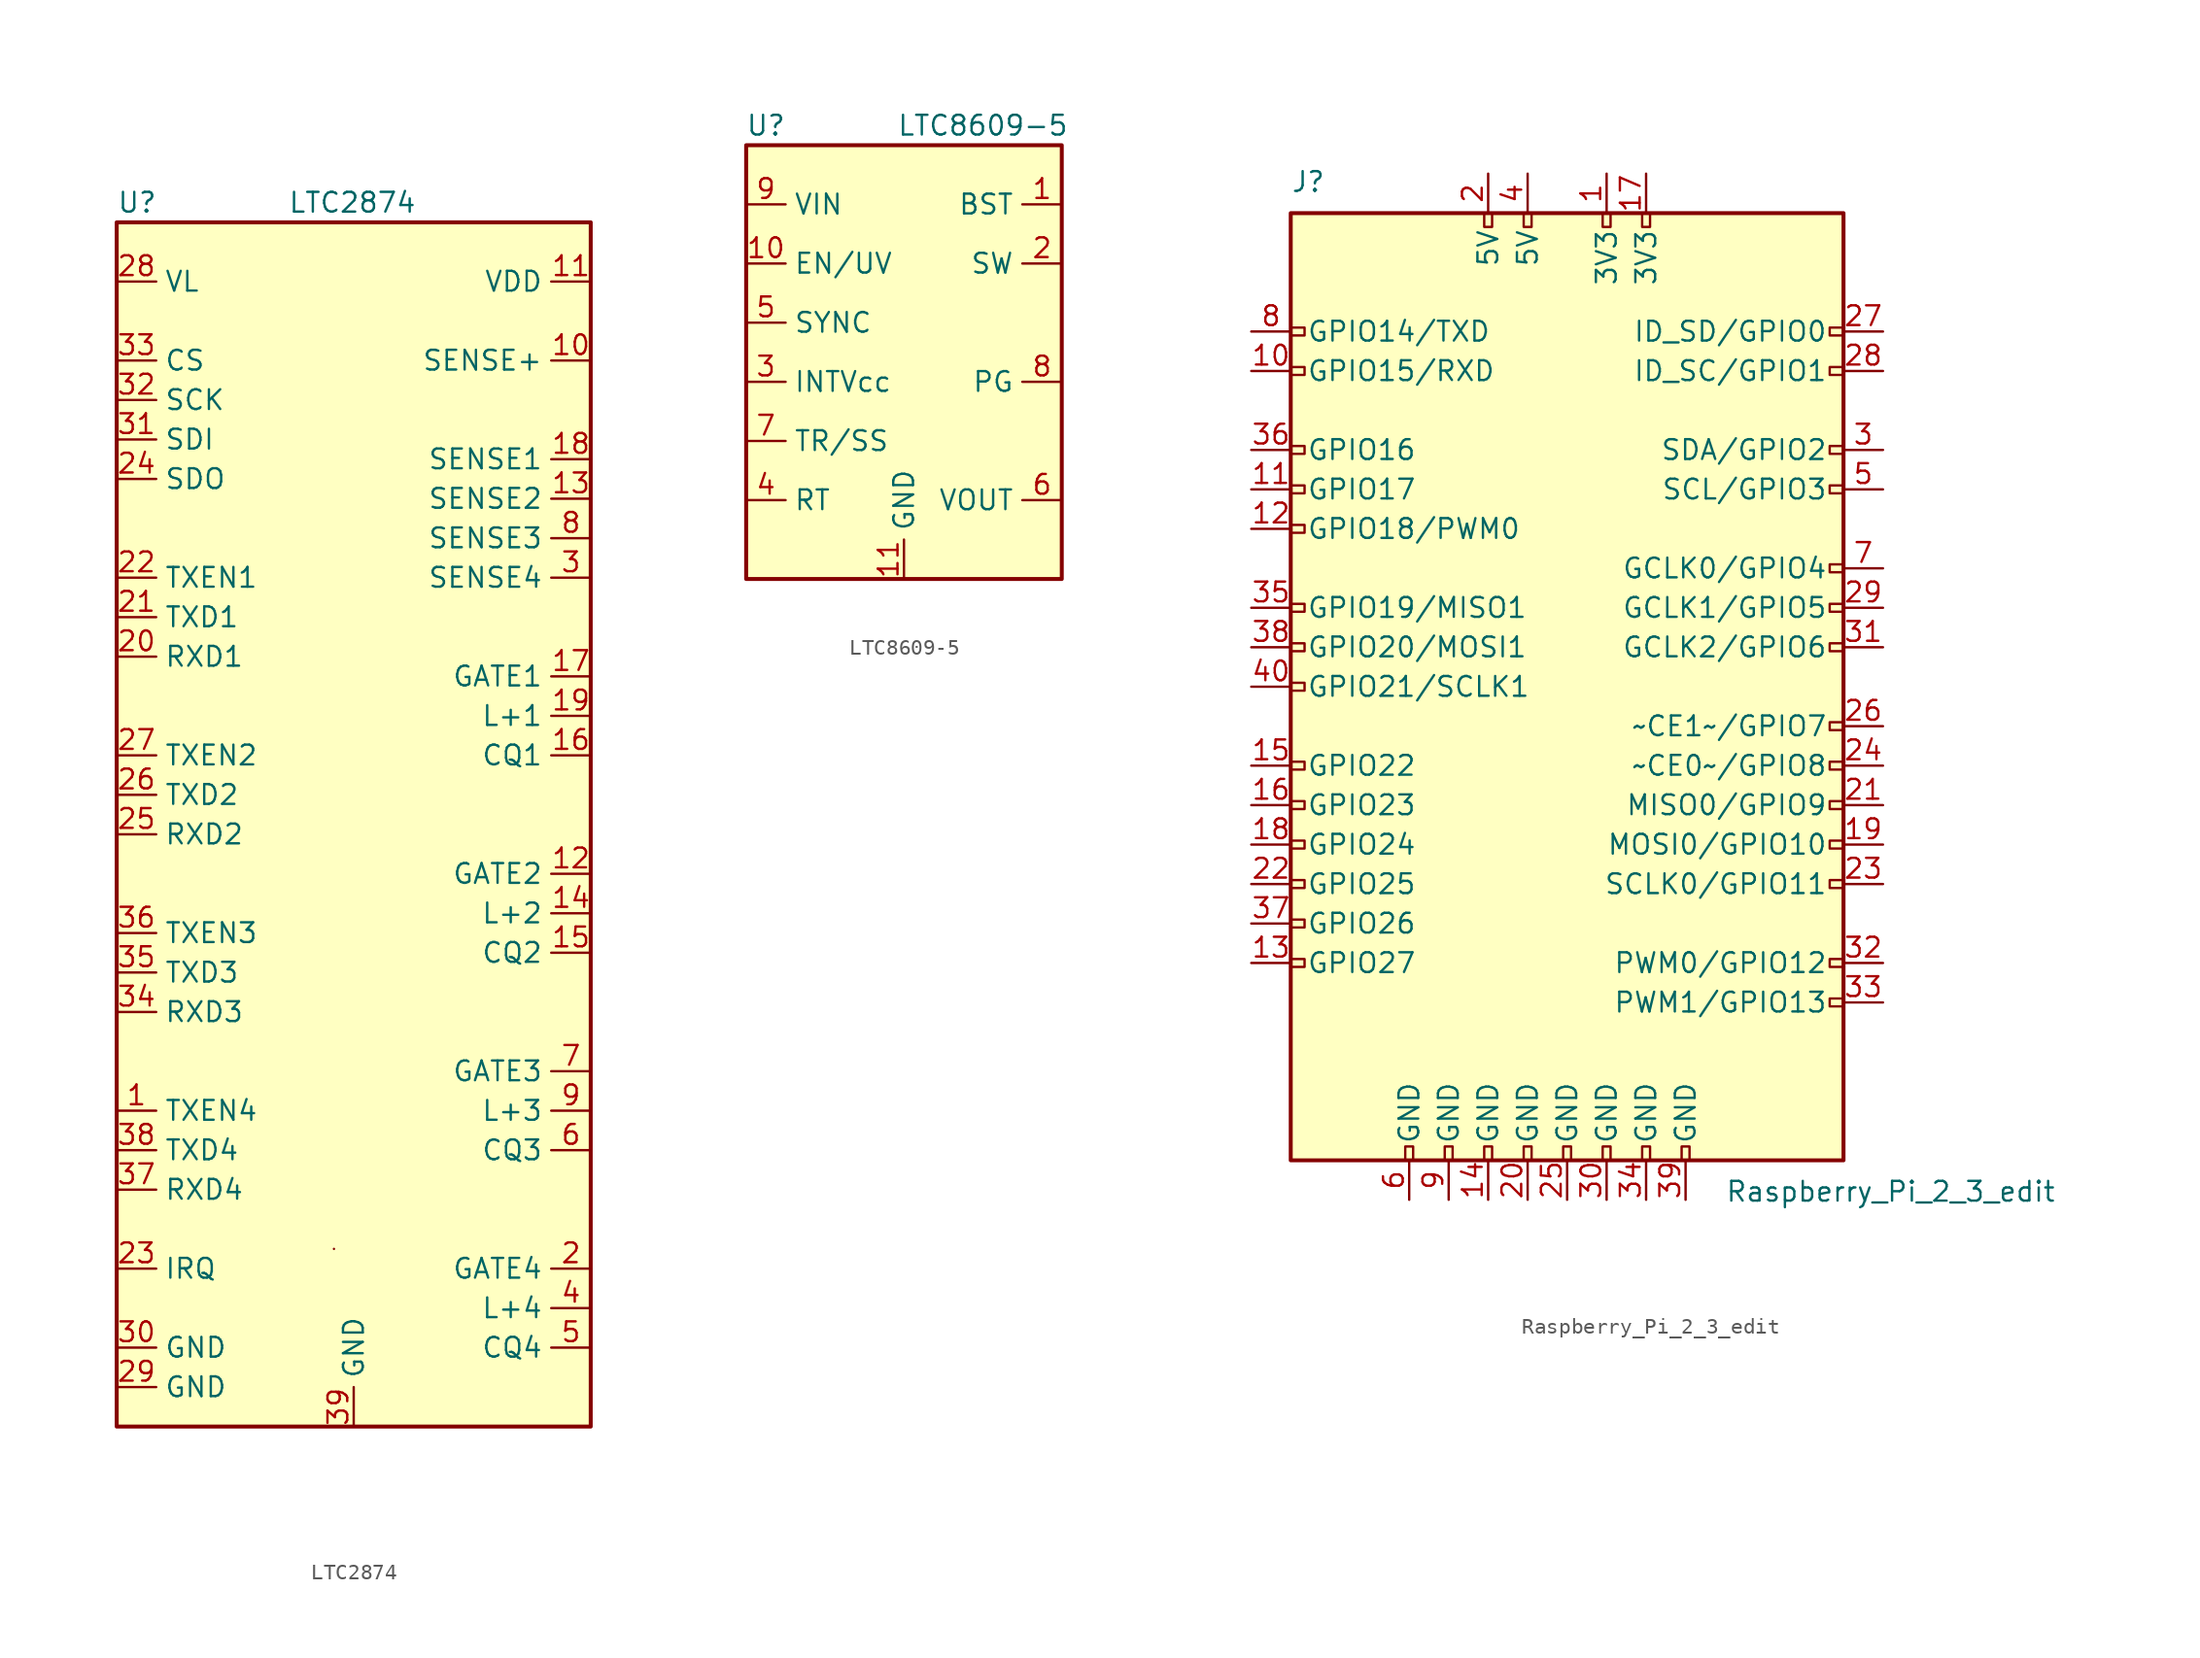
<source format=kicad_sym>
(kicad_symbol_lib
  (version 20210619)
  (generator kicad_symbol_editor)
  (symbol "LTC2874"
    (property "Reference" "U"
      (at -15.24 8.89 0)
      (effects (font (size 1.27 1.27)) (justify left)))
    (property "Value" "LTC2874"
      (at 4.064 8.89 0)
      (effects (font (size 1.27 1.27)) (justify right)))
    (symbol "LTC2874_0_1"
      (rectangle (start -1.27 -58.42) (end -1.27 -58.42) (stroke (width 0)) (fill (type none)))
      (rectangle (start -15.24 7.62) (end 15.24 -69.85) (stroke (width 0.254)) (fill (type background))))
    (symbol "LTC2874_1_1"
      (pin input line (at -15.24 -49.53 0) (length 2.54) (name "TXEN4" (effects (font (size 1.27 1.27)))) (number "1" (effects (font (size 1.27 1.27)))))
      (pin input line (at 15.24 -1.27 180) (length 2.54) (name "SENSE+" (effects (font (size 1.27 1.27)))) (number "10" (effects (font (size 1.27 1.27)))))
      (pin power_in line (at 15.24 3.81 180) (length 2.54) (name "VDD" (effects (font (size 1.27 1.27)))) (number "11" (effects (font (size 1.27 1.27)))))
      (pin input line (at 15.24 -34.29 180) (length 2.54) (name "GATE2" (effects (font (size 1.27 1.27)))) (number "12" (effects (font (size 1.27 1.27)))))
      (pin input line (at 15.24 -10.16 180) (length 2.54) (name "SENSE2" (effects (font (size 1.27 1.27)))) (number "13" (effects (font (size 1.27 1.27)))))
      (pin passive line (at 15.24 -36.83 180) (length 2.54) (name "L+2" (effects (font (size 1.27 1.27)))) (number "14" (effects (font (size 1.27 1.27)))))
      (pin bidirectional line (at 15.24 -39.37 180) (length 2.54) (name "CQ2" (effects (font (size 1.27 1.27)))) (number "15" (effects (font (size 1.27 1.27)))))
      (pin bidirectional line (at 15.24 -26.67 180) (length 2.54) (name "CQ1" (effects (font (size 1.27 1.27)))) (number "16" (effects (font (size 1.27 1.27)))))
      (pin output line (at 15.24 -21.59 180) (length 2.54) (name "GATE1" (effects (font (size 1.27 1.27)))) (number "17" (effects (font (size 1.27 1.27)))))
      (pin input line (at 15.24 -7.62 180) (length 2.54) (name "SENSE1" (effects (font (size 1.27 1.27)))) (number "18" (effects (font (size 1.27 1.27)))))
      (pin passive line (at 15.24 -24.13 180) (length 2.54) (name "L+1" (effects (font (size 1.27 1.27)))) (number "19" (effects (font (size 1.27 1.27)))))
      (pin bidirectional line (at 15.24 -59.69 180) (length 2.54) (name "GATE4" (effects (font (size 1.27 1.27)))) (number "2" (effects (font (size 1.27 1.27)))))
      (pin output line (at -15.24 -20.32 0) (length 2.54) (name "RXD1" (effects (font (size 1.27 1.27)))) (number "20" (effects (font (size 1.27 1.27)))))
      (pin input line (at -15.24 -17.78 0) (length 2.54) (name "TXD1" (effects (font (size 1.27 1.27)))) (number "21" (effects (font (size 1.27 1.27)))))
      (pin input line (at -15.24 -15.24 0) (length 2.54) (name "TXEN1" (effects (font (size 1.27 1.27)))) (number "22" (effects (font (size 1.27 1.27)))))
      (pin open_collector line (at -15.24 -59.69 0) (length 2.54) (name "IRQ" (effects (font (size 1.27 1.27)))) (number "23" (effects (font (size 1.27 1.27)))))
      (pin output line (at -15.24 -8.89 0) (length 2.54) (name "SDO" (effects (font (size 1.27 1.27)))) (number "24" (effects (font (size 1.27 1.27)))))
      (pin output line (at -15.24 -31.75 0) (length 2.54) (name "RXD2" (effects (font (size 1.27 1.27)))) (number "25" (effects (font (size 1.27 1.27)))))
      (pin input line (at -15.24 -29.21 0) (length 2.54) (name "TXD2" (effects (font (size 1.27 1.27)))) (number "26" (effects (font (size 1.27 1.27)))))
      (pin input line (at -15.24 -26.67 0) (length 2.54) (name "TXEN2" (effects (font (size 1.27 1.27)))) (number "27" (effects (font (size 1.27 1.27)))))
      (pin power_in line (at -15.24 3.81 0) (length 2.54) (name "VL" (effects (font (size 1.27 1.27)))) (number "28" (effects (font (size 1.27 1.27)))))
      (pin power_in line (at -15.24 -67.31 0) (length 2.54) (name "GND" (effects (font (size 1.27 1.27)))) (number "29" (effects (font (size 1.27 1.27)))))
      (pin input line (at 15.24 -15.24 180) (length 2.54) (name "SENSE4" (effects (font (size 1.27 1.27)))) (number "3" (effects (font (size 1.27 1.27)))))
      (pin power_in line (at -15.24 -64.77 0) (length 2.54) (name "GND" (effects (font (size 1.27 1.27)))) (number "30" (effects (font (size 1.27 1.27)))))
      (pin input line (at -15.24 -6.35 0) (length 2.54) (name "SDI" (effects (font (size 1.27 1.27)))) (number "31" (effects (font (size 1.27 1.27)))))
      (pin input line (at -15.24 -3.81 0) (length 2.54) (name "SCK" (effects (font (size 1.27 1.27)))) (number "32" (effects (font (size 1.27 1.27)))))
      (pin input line (at -15.24 -1.27 0) (length 2.54) (name "CS" (effects (font (size 1.27 1.27)))) (number "33" (effects (font (size 1.27 1.27)))))
      (pin output line (at -15.24 -43.18 0) (length 2.54) (name "RXD3" (effects (font (size 1.27 1.27)))) (number "34" (effects (font (size 1.27 1.27)))))
      (pin input line (at -15.24 -40.64 0) (length 2.54) (name "TXD3" (effects (font (size 1.27 1.27)))) (number "35" (effects (font (size 1.27 1.27)))))
      (pin input line (at -15.24 -38.1 0) (length 2.54) (name "TXEN3" (effects (font (size 1.27 1.27)))) (number "36" (effects (font (size 1.27 1.27)))))
      (pin output line (at -15.24 -54.61 0) (length 2.54) (name "RXD4" (effects (font (size 1.27 1.27)))) (number "37" (effects (font (size 1.27 1.27)))))
      (pin input line (at -15.24 -52.07 0) (length 2.54) (name "TXD4" (effects (font (size 1.27 1.27)))) (number "38" (effects (font (size 1.27 1.27)))))
      (pin power_in line (at 0 -69.85 90) (length 2.54) (name "GND" (effects (font (size 1.27 1.27)))) (number "39" (effects (font (size 1.27 1.27)))))
      (pin passive line (at 15.24 -62.23 180) (length 2.54) (name "L+4" (effects (font (size 1.27 1.27)))) (number "4" (effects (font (size 1.27 1.27)))))
      (pin bidirectional line (at 15.24 -64.77 180) (length 2.54) (name "CQ4" (effects (font (size 1.27 1.27)))) (number "5" (effects (font (size 1.27 1.27)))))
      (pin bidirectional line (at 15.24 -52.07 180) (length 2.54) (name "CQ3" (effects (font (size 1.27 1.27)))) (number "6" (effects (font (size 1.27 1.27)))))
      (pin output line (at 15.24 -46.99 180) (length 2.54) (name "GATE3" (effects (font (size 1.27 1.27)))) (number "7" (effects (font (size 1.27 1.27)))))
      (pin input line (at 15.24 -12.7 180) (length 2.54) (name "SENSE3" (effects (font (size 1.27 1.27)))) (number "8" (effects (font (size 1.27 1.27)))))
      (pin passive line (at 15.24 -49.53 180) (length 2.54) (name "L+3" (effects (font (size 1.27 1.27)))) (number "9" (effects (font (size 1.27 1.27)))))))
  (symbol "LTC8609-5"
    (property "Reference" "U"
      (at -8.89 19.05 0)
      (effects (font (size 1.27 1.27))))
    (property "Value" "LTC8609-5"
      (at 5.08 19.05 0)
      (effects (font (size 1.27 1.27))))
    (symbol "LTC8609-5_1_1"
      (rectangle (start -10.16 17.78) (end 10.16 -10.16) (stroke (width 0.254)) (fill (type background)))
      (pin passive line (at 10.16 13.97 180) (length 2.54) (name "BST" (effects (font (size 1.27 1.27)))) (number "1" (effects (font (size 1.27 1.27)))))
      (pin input line (at -10.16 10.16 0) (length 2.54) (name "EN/UV" (effects (font (size 1.27 1.27)))) (number "10" (effects (font (size 1.27 1.27)))))
      (pin power_in line (at 0 -10.16 90) (length 2.54) (name "GND" (effects (font (size 1.27 1.27)))) (number "11" (effects (font (size 1.27 1.27)))))
      (pin power_out line (at 10.16 10.16 180) (length 2.54) (name "SW" (effects (font (size 1.27 1.27)))) (number "2" (effects (font (size 1.27 1.27)))))
      (pin passive line (at -10.16 2.54 0) (length 2.54) (name "INTVcc" (effects (font (size 1.27 1.27)))) (number "3" (effects (font (size 1.27 1.27)))))
      (pin passive line (at -10.16 -5.08 0) (length 2.54) (name "RT" (effects (font (size 1.27 1.27)))) (number "4" (effects (font (size 1.27 1.27)))))
      (pin input line (at -10.16 6.35 0) (length 2.54) (name "SYNC" (effects (font (size 1.27 1.27)))) (number "5" (effects (font (size 1.27 1.27)))))
      (pin passive line (at 10.16 -5.08 180) (length 2.54) (name "VOUT" (effects (font (size 1.27 1.27)))) (number "6" (effects (font (size 1.27 1.27)))))
      (pin passive line (at -10.16 -1.27 0) (length 2.54) (name "TR/SS" (effects (font (size 1.27 1.27)))) (number "7" (effects (font (size 1.27 1.27)))))
      (pin open_collector line (at 10.16 2.54 180) (length 2.54) (name "PG" (effects (font (size 1.27 1.27)))) (number "8" (effects (font (size 1.27 1.27)))))
      (pin power_in line (at -10.16 13.97 0) (length 2.54) (name "VIN" (effects (font (size 1.27 1.27)))) (number "9" (effects (font (size 1.27 1.27)))))))
  (symbol "Raspberry_Pi_2_3_edit"
    (pin_names
      (offset 1.016))
    (property "Reference" "J"
      (at -17.78 31.75 0)
      (effects (font (size 1.27 1.27)) (justify left bottom)))
    (property "Value" "Raspberry_Pi_2_3_edit"
      (at 10.16 -31.75 0)
      (effects (font (size 1.27 1.27)) (justify left top)))
    (symbol "Raspberry_Pi_2_3_edit_0_1"
      (rectangle (start -17.78 30.48) (end 17.78 -30.48) (stroke (width 0.254)) (fill (type background))))
    (symbol "Raspberry_Pi_2_3_edit_1_1"
      (rectangle (start -16.891 -17.526) (end -17.78 -18.034) (stroke (width 0)) (fill (type none)))
      (rectangle (start -16.891 -14.986) (end -17.78 -15.494) (stroke (width 0)) (fill (type none)))
      (rectangle (start -16.891 -12.446) (end -17.78 -12.954) (stroke (width 0)) (fill (type none)))
      (rectangle (start -16.891 -9.906) (end -17.78 -10.414) (stroke (width 0)) (fill (type none)))
      (rectangle (start -16.891 -7.366) (end -17.78 -7.874) (stroke (width 0)) (fill (type none)))
      (rectangle (start -16.891 -4.826) (end -17.78 -5.334) (stroke (width 0)) (fill (type none)))
      (rectangle (start -16.891 0.254) (end -17.78 -0.254) (stroke (width 0)) (fill (type none)))
      (rectangle (start -16.891 2.794) (end -17.78 2.286) (stroke (width 0)) (fill (type none)))
      (rectangle (start -16.891 5.334) (end -17.78 4.826) (stroke (width 0)) (fill (type none)))
      (rectangle (start -16.891 10.414) (end -17.78 9.906) (stroke (width 0)) (fill (type none)))
      (rectangle (start -16.891 12.954) (end -17.78 12.446) (stroke (width 0)) (fill (type none)))
      (rectangle (start -16.891 15.494) (end -17.78 14.986) (stroke (width 0)) (fill (type none)))
      (rectangle (start -16.891 20.574) (end -17.78 20.066) (stroke (width 0)) (fill (type none)))
      (rectangle (start -16.891 23.114) (end -17.78 22.606) (stroke (width 0)) (fill (type none)))
      (rectangle (start -10.414 -29.591) (end -9.906 -30.48) (stroke (width 0)) (fill (type none)))
      (rectangle (start -7.874 -29.591) (end -7.366 -30.48) (stroke (width 0)) (fill (type none)))
      (rectangle (start -5.334 -29.591) (end -4.826 -30.48) (stroke (width 0)) (fill (type none)))
      (rectangle (start -5.334 30.48) (end -4.826 29.591) (stroke (width 0)) (fill (type none)))
      (rectangle (start -2.794 -29.591) (end -2.286 -30.48) (stroke (width 0)) (fill (type none)))
      (rectangle (start -2.794 30.48) (end -2.286 29.591) (stroke (width 0)) (fill (type none)))
      (rectangle (start -0.254 -29.591) (end 0.254 -30.48) (stroke (width 0)) (fill (type none)))
      (rectangle (start 2.286 -29.591) (end 2.794 -30.48) (stroke (width 0)) (fill (type none)))
      (rectangle (start 2.286 30.48) (end 2.794 29.591) (stroke (width 0)) (fill (type none)))
      (rectangle (start 4.826 -29.591) (end 5.334 -30.48) (stroke (width 0)) (fill (type none)))
      (rectangle (start 4.826 30.48) (end 5.334 29.591) (stroke (width 0)) (fill (type none)))
      (rectangle (start 7.366 -29.591) (end 7.874 -30.48) (stroke (width 0)) (fill (type none)))
      (rectangle (start 17.78 -20.066) (end 16.891 -20.574) (stroke (width 0)) (fill (type none)))
      (rectangle (start 17.78 -17.526) (end 16.891 -18.034) (stroke (width 0)) (fill (type none)))
      (rectangle (start 17.78 -12.446) (end 16.891 -12.954) (stroke (width 0)) (fill (type none)))
      (rectangle (start 17.78 -9.906) (end 16.891 -10.414) (stroke (width 0)) (fill (type none)))
      (rectangle (start 17.78 -7.366) (end 16.891 -7.874) (stroke (width 0)) (fill (type none)))
      (rectangle (start 17.78 -4.826) (end 16.891 -5.334) (stroke (width 0)) (fill (type none)))
      (rectangle (start 17.78 -2.286) (end 16.891 -2.794) (stroke (width 0)) (fill (type none)))
      (rectangle (start 17.78 2.794) (end 16.891 2.286) (stroke (width 0)) (fill (type none)))
      (rectangle (start 17.78 5.334) (end 16.891 4.826) (stroke (width 0)) (fill (type none)))
      (rectangle (start 17.78 7.874) (end 16.891 7.366) (stroke (width 0)) (fill (type none)))
      (rectangle (start 17.78 12.954) (end 16.891 12.446) (stroke (width 0)) (fill (type none)))
      (rectangle (start 17.78 15.494) (end 16.891 14.986) (stroke (width 0)) (fill (type none)))
      (rectangle (start 17.78 20.574) (end 16.891 20.066) (stroke (width 0)) (fill (type none)))
      (rectangle (start 17.78 23.114) (end 16.891 22.606) (stroke (width 0)) (fill (type none)))
      (pin power_out line (at 2.54 33.02 270) (length 2.54) (name "3V3" (effects (font (size 1.27 1.27)))) (number "1" (effects (font (size 1.27 1.27)))))
      (pin bidirectional line (at -20.32 20.32 0) (length 2.54) (name "GPIO15/RXD" (effects (font (size 1.27 1.27)))) (number "10" (effects (font (size 1.27 1.27)))))
      (pin bidirectional line (at -20.32 12.7 0) (length 2.54) (name "GPIO17" (effects (font (size 1.27 1.27)))) (number "11" (effects (font (size 1.27 1.27)))))
      (pin bidirectional line (at -20.32 10.16 0) (length 2.54) (name "GPIO18/PWM0" (effects (font (size 1.27 1.27)))) (number "12" (effects (font (size 1.27 1.27)))))
      (pin bidirectional line (at -20.32 -17.78 0) (length 2.54) (name "GPIO27" (effects (font (size 1.27 1.27)))) (number "13" (effects (font (size 1.27 1.27)))))
      (pin power_in line (at -5.08 -33.02 90) (length 2.54) (name "GND" (effects (font (size 1.27 1.27)))) (number "14" (effects (font (size 1.27 1.27)))))
      (pin bidirectional line (at -20.32 -5.08 0) (length 2.54) (name "GPIO22" (effects (font (size 1.27 1.27)))) (number "15" (effects (font (size 1.27 1.27)))))
      (pin bidirectional line (at -20.32 -7.62 0) (length 2.54) (name "GPIO23" (effects (font (size 1.27 1.27)))) (number "16" (effects (font (size 1.27 1.27)))))
      (pin power_in line (at 5.08 33.02 270) (length 2.54) (name "3V3" (effects (font (size 1.27 1.27)))) (number "17" (effects (font (size 1.27 1.27)))))
      (pin bidirectional line (at -20.32 -10.16 0) (length 2.54) (name "GPIO24" (effects (font (size 1.27 1.27)))) (number "18" (effects (font (size 1.27 1.27)))))
      (pin bidirectional line (at 20.32 -10.16 180) (length 2.54) (name "MOSI0/GPIO10" (effects (font (size 1.27 1.27)))) (number "19" (effects (font (size 1.27 1.27)))))
      (pin power_in line (at -5.08 33.02 270) (length 2.54) (name "5V" (effects (font (size 1.27 1.27)))) (number "2" (effects (font (size 1.27 1.27)))))
      (pin power_in line (at -2.54 -33.02 90) (length 2.54) (name "GND" (effects (font (size 1.27 1.27)))) (number "20" (effects (font (size 1.27 1.27)))))
      (pin bidirectional line (at 20.32 -7.62 180) (length 2.54) (name "MISO0/GPIO9" (effects (font (size 1.27 1.27)))) (number "21" (effects (font (size 1.27 1.27)))))
      (pin bidirectional line (at -20.32 -12.7 0) (length 2.54) (name "GPIO25" (effects (font (size 1.27 1.27)))) (number "22" (effects (font (size 1.27 1.27)))))
      (pin bidirectional line (at 20.32 -12.7 180) (length 2.54) (name "SCLK0/GPIO11" (effects (font (size 1.27 1.27)))) (number "23" (effects (font (size 1.27 1.27)))))
      (pin bidirectional line (at 20.32 -5.08 180) (length 2.54) (name "~CE0~/GPIO8" (effects (font (size 1.27 1.27)))) (number "24" (effects (font (size 1.27 1.27)))))
      (pin power_in line (at 0 -33.02 90) (length 2.54) (name "GND" (effects (font (size 1.27 1.27)))) (number "25" (effects (font (size 1.27 1.27)))))
      (pin bidirectional line (at 20.32 -2.54 180) (length 2.54) (name "~CE1~/GPIO7" (effects (font (size 1.27 1.27)))) (number "26" (effects (font (size 1.27 1.27)))))
      (pin bidirectional line (at 20.32 22.86 180) (length 2.54) (name "ID_SD/GPIO0" (effects (font (size 1.27 1.27)))) (number "27" (effects (font (size 1.27 1.27)))))
      (pin bidirectional line (at 20.32 20.32 180) (length 2.54) (name "ID_SC/GPIO1" (effects (font (size 1.27 1.27)))) (number "28" (effects (font (size 1.27 1.27)))))
      (pin bidirectional line (at 20.32 5.08 180) (length 2.54) (name "GCLK1/GPIO5" (effects (font (size 1.27 1.27)))) (number "29" (effects (font (size 1.27 1.27)))))
      (pin bidirectional line (at 20.32 15.24 180) (length 2.54) (name "SDA/GPIO2" (effects (font (size 1.27 1.27)))) (number "3" (effects (font (size 1.27 1.27)))))
      (pin power_in line (at 2.54 -33.02 90) (length 2.54) (name "GND" (effects (font (size 1.27 1.27)))) (number "30" (effects (font (size 1.27 1.27)))))
      (pin bidirectional line (at 20.32 2.54 180) (length 2.54) (name "GCLK2/GPIO6" (effects (font (size 1.27 1.27)))) (number "31" (effects (font (size 1.27 1.27)))))
      (pin bidirectional line (at 20.32 -17.78 180) (length 2.54) (name "PWM0/GPIO12" (effects (font (size 1.27 1.27)))) (number "32" (effects (font (size 1.27 1.27)))))
      (pin bidirectional line (at 20.32 -20.32 180) (length 2.54) (name "PWM1/GPIO13" (effects (font (size 1.27 1.27)))) (number "33" (effects (font (size 1.27 1.27)))))
      (pin power_in line (at 5.08 -33.02 90) (length 2.54) (name "GND" (effects (font (size 1.27 1.27)))) (number "34" (effects (font (size 1.27 1.27)))))
      (pin bidirectional line (at -20.32 5.08 0) (length 2.54) (name "GPIO19/MISO1" (effects (font (size 1.27 1.27)))) (number "35" (effects (font (size 1.27 1.27)))))
      (pin bidirectional line (at -20.32 15.24 0) (length 2.54) (name "GPIO16" (effects (font (size 1.27 1.27)))) (number "36" (effects (font (size 1.27 1.27)))))
      (pin bidirectional line (at -20.32 -15.24 0) (length 2.54) (name "GPIO26" (effects (font (size 1.27 1.27)))) (number "37" (effects (font (size 1.27 1.27)))))
      (pin bidirectional line (at -20.32 2.54 0) (length 2.54) (name "GPIO20/MOSI1" (effects (font (size 1.27 1.27)))) (number "38" (effects (font (size 1.27 1.27)))))
      (pin power_in line (at 7.62 -33.02 90) (length 2.54) (name "GND" (effects (font (size 1.27 1.27)))) (number "39" (effects (font (size 1.27 1.27)))))
      (pin power_in line (at -2.54 33.02 270) (length 2.54) (name "5V" (effects (font (size 1.27 1.27)))) (number "4" (effects (font (size 1.27 1.27)))))
      (pin bidirectional line (at -20.32 0 0) (length 2.54) (name "GPIO21/SCLK1" (effects (font (size 1.27 1.27)))) (number "40" (effects (font (size 1.27 1.27)))))
      (pin bidirectional line (at 20.32 12.7 180) (length 2.54) (name "SCL/GPIO3" (effects (font (size 1.27 1.27)))) (number "5" (effects (font (size 1.27 1.27)))))
      (pin power_in line (at -10.16 -33.02 90) (length 2.54) (name "GND" (effects (font (size 1.27 1.27)))) (number "6" (effects (font (size 1.27 1.27)))))
      (pin bidirectional line (at 20.32 7.62 180) (length 2.54) (name "GCLK0/GPIO4" (effects (font (size 1.27 1.27)))) (number "7" (effects (font (size 1.27 1.27)))))
      (pin bidirectional line (at -20.32 22.86 0) (length 2.54) (name "GPIO14/TXD" (effects (font (size 1.27 1.27)))) (number "8" (effects (font (size 1.27 1.27)))))
      (pin power_in line (at -7.62 -33.02 90) (length 2.54) (name "GND" (effects (font (size 1.27 1.27)))) (number "9" (effects (font (size 1.27 1.27))))))))
</source>
